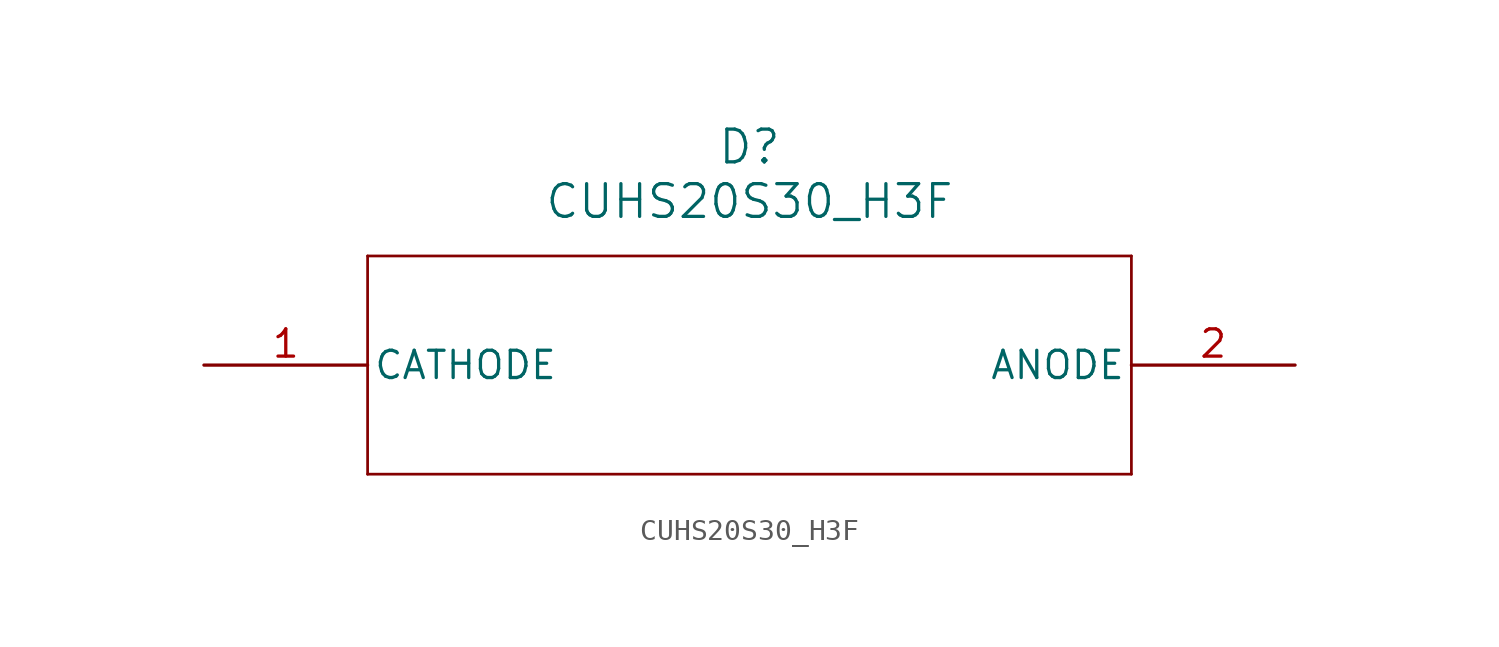
<source format=kicad_sym>
(kicad_symbol_lib
  (version 20211014)
  (generator kicad_symbol_editor)
  (symbol "CUHS20S30_H3F"
    (pin_names
      (offset 0.254))
    (property "Reference" "D"
      (at 25.4 10.16 0)
      (effects (font (size 1.524 1.524))))
    (property "Value" "CUHS20S30_H3F"
      (at 25.4 7.62 0)
      (effects (font (size 1.524 1.524))))
    (symbol "CUHS20S30_H3F_0_1"
      (polyline (pts (xy 7.62 5.08) (xy 7.62 -5.08)) (stroke (width 0.127) (type default) (color 0 0 0 0)) (fill (type none)))
      (polyline (pts (xy 7.62 -5.08) (xy 43.18 -5.08)) (stroke (width 0.127) (type default) (color 0 0 0 0)) (fill (type none)))
      (polyline (pts (xy 43.18 -5.08) (xy 43.18 5.08)) (stroke (width 0.127) (type default) (color 0 0 0 0)) (fill (type none)))
      (polyline (pts (xy 43.18 5.08) (xy 7.62 5.08)) (stroke (width 0.127) (type default) (color 0 0 0 0)) (fill (type none)))
      (pin unspecified line (at 0 0 0) (length 7.62) (name "CATHODE" (effects (font (size 1.27 1.27)))) (number "1" (effects (font (size 1.27 1.27)))))
      (pin unspecified line (at 50.8 0 180) (length 7.62) (name "ANODE" (effects (font (size 1.27 1.27)))) (number "2" (effects (font (size 1.27 1.27))))))))
</source>
